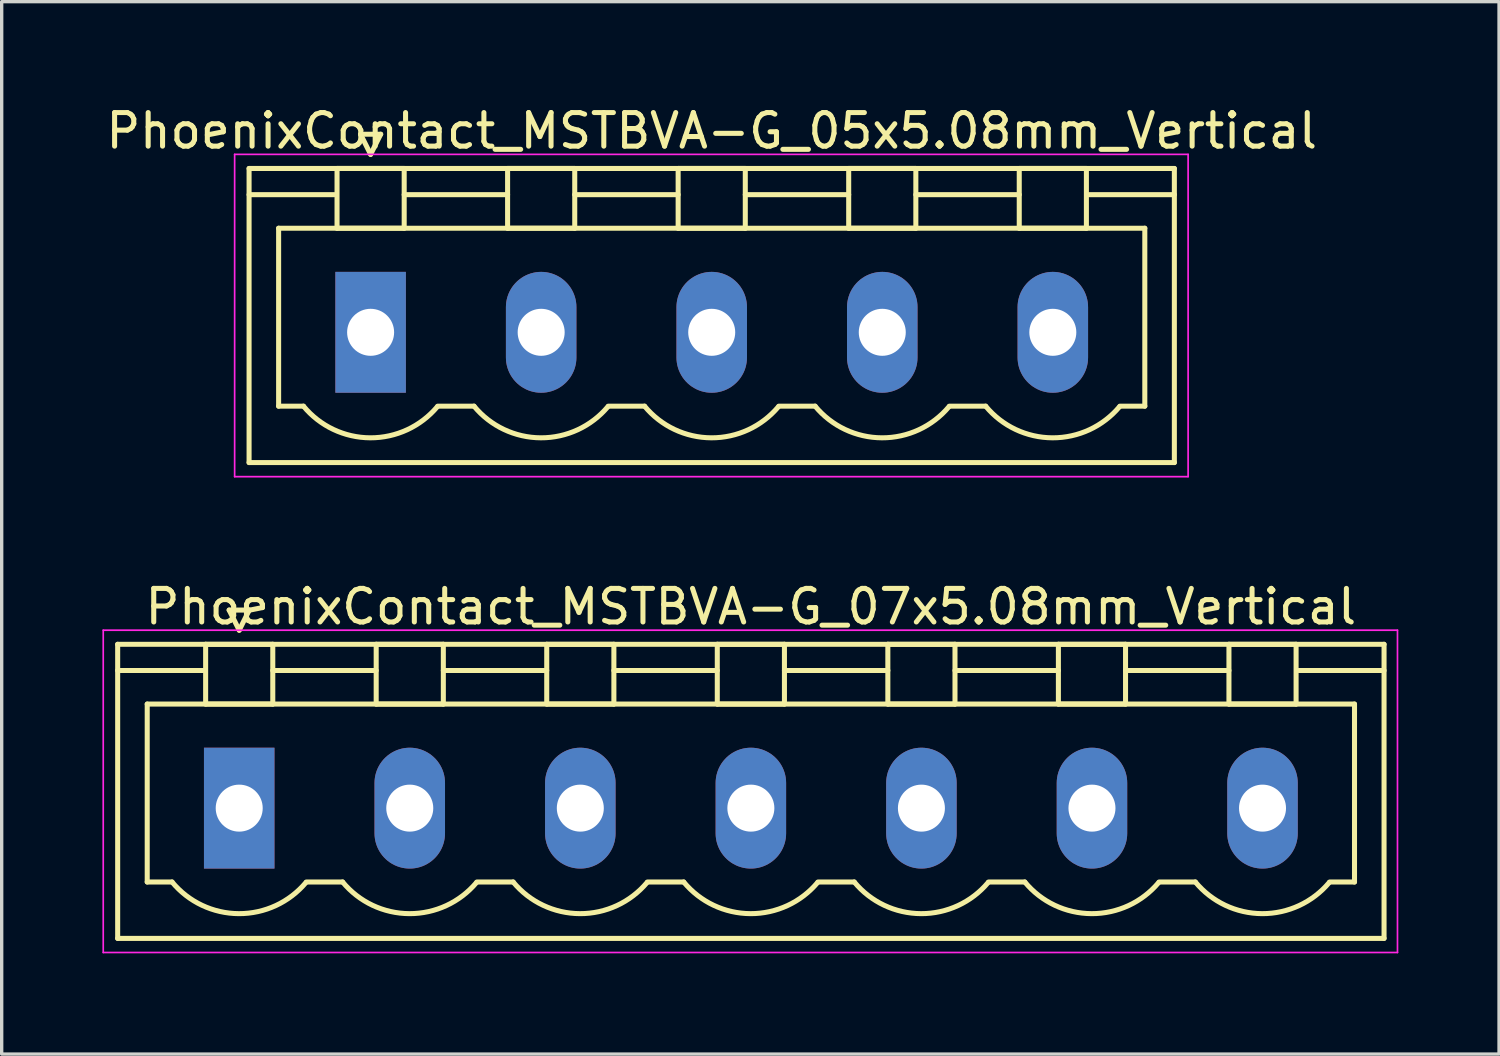
<source format=kicad_pcb>
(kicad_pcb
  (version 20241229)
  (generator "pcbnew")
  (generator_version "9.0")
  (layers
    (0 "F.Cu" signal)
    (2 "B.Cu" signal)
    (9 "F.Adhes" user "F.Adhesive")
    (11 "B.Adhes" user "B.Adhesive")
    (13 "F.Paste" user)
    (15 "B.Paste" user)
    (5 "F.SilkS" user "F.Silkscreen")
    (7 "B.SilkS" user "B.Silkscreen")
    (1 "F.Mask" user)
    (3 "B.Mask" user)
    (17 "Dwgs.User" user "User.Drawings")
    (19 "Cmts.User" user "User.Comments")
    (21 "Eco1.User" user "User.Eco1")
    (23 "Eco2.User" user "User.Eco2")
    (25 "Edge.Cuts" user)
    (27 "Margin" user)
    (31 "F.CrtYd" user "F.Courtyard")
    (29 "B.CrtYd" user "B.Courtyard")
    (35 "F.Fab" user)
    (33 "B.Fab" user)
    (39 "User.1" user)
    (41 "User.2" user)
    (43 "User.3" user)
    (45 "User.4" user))
  (footprint "PhoenixContact_MSTBVA-G_07x5.08mm_Vertical"
    (layer "F.Cu")
    (at 4.075 21.021)
    (property "Reference" "PhoenixContact_MSTBVA-G_07x5.08mm_Vertical" (at 15.24 -6 0) (layer "F.SilkS") (effects (font (size 1 1) (thickness 0.15))))
    (attr through_hole)
    (fp_line (start -3.62 -4.88) (end -3.62 3.88) (stroke (width 0.15) (type solid)) (layer "F.SilkS"))
    (fp_line (start -3.62 -4.1) (end -1.08 -4.1) (stroke (width 0.15) (type solid)) (layer "F.SilkS"))
    (fp_line (start -3.62 3.88) (end 34.1 3.88) (stroke (width 0.15) (type solid)) (layer "F.SilkS"))
    (fp_line (start -2.74 -3.1) (end 33.22 -3.1) (stroke (width 0.15) (type solid)) (layer "F.SilkS"))
    (fp_line (start -2.74 2.2) (end -2.74 -3.1) (stroke (width 0.15) (type solid)) (layer "F.SilkS"))
    (fp_line (start -2 2.2) (end -2.74 2.2) (stroke (width 0.15) (type solid)) (layer "F.SilkS"))
    (fp_line (start -1 -4.88) (end 1 -4.88) (stroke (width 0.15) (type solid)) (layer "F.SilkS"))
    (fp_line (start -1 -3.1) (end -1 -4.88) (stroke (width 0.15) (type solid)) (layer "F.SilkS"))
    (fp_line (start -0.3 -5.9) (end 0 -5.3) (stroke (width 0.15) (type solid)) (layer "F.SilkS"))
    (fp_line (start 0 -5.3) (end 0.3 -5.9) (stroke (width 0.15) (type solid)) (layer "F.SilkS"))
    (fp_line (start 0.3 -5.9) (end -0.3 -5.9) (stroke (width 0.15) (type solid)) (layer "F.SilkS"))
    (fp_line (start 1 -4.88) (end 1 -3.1) (stroke (width 0.15) (type solid)) (layer "F.SilkS"))
    (fp_line (start 1 -4.1) (end 4.08 -4.1) (stroke (width 0.15) (type solid)) (layer "F.SilkS"))
    (fp_line (start 1 -3.1) (end -1 -3.1) (stroke (width 0.15) (type solid)) (layer "F.SilkS"))
    (fp_line (start 2 2.2) (end 3.08 2.2) (stroke (width 0.15) (type solid)) (layer "F.SilkS"))
    (fp_line (start 4.08 -4.88) (end 6.08 -4.88) (stroke (width 0.15) (type solid)) (layer "F.SilkS"))
    (fp_line (start 4.08 -3.1) (end 4.08 -4.88) (stroke (width 0.15) (type solid)) (layer "F.SilkS"))
    (fp_line (start 6.08 -4.88) (end 6.08 -3.1) (stroke (width 0.15) (type solid)) (layer "F.SilkS"))
    (fp_line (start 6.08 -4.1) (end 9.16 -4.1) (stroke (width 0.15) (type solid)) (layer "F.SilkS"))
    (fp_line (start 6.08 -3.1) (end 4.08 -3.1) (stroke (width 0.15) (type solid)) (layer "F.SilkS"))
    (fp_line (start 7.08 2.2) (end 8.16 2.2) (stroke (width 0.15) (type solid)) (layer "F.SilkS"))
    (fp_line (start 9.16 -4.88) (end 11.16 -4.88) (stroke (width 0.15) (type solid)) (layer "F.SilkS"))
    (fp_line (start 9.16 -3.1) (end 9.16 -4.88) (stroke (width 0.15) (type solid)) (layer "F.SilkS"))
    (fp_line (start 11.16 -4.88) (end 11.16 -3.1) (stroke (width 0.15) (type solid)) (layer "F.SilkS"))
    (fp_line (start 11.16 -4.1) (end 14.24 -4.1) (stroke (width 0.15) (type solid)) (layer "F.SilkS"))
    (fp_line (start 11.16 -3.1) (end 9.16 -3.1) (stroke (width 0.15) (type solid)) (layer "F.SilkS"))
    (fp_line (start 12.16 2.2) (end 13.24 2.2) (stroke (width 0.15) (type solid)) (layer "F.SilkS"))
    (fp_line (start 14.24 -4.88) (end 16.24 -4.88) (stroke (width 0.15) (type solid)) (layer "F.SilkS"))
    (fp_line (start 14.24 -3.1) (end 14.24 -4.88) (stroke (width 0.15) (type solid)) (layer "F.SilkS"))
    (fp_line (start 16.24 -4.88) (end 16.24 -3.1) (stroke (width 0.15) (type solid)) (layer "F.SilkS"))
    (fp_line (start 16.24 -4.1) (end 19.32 -4.1) (stroke (width 0.15) (type solid)) (layer "F.SilkS"))
    (fp_line (start 16.24 -3.1) (end 14.24 -3.1) (stroke (width 0.15) (type solid)) (layer "F.SilkS"))
    (fp_line (start 17.24 2.2) (end 18.32 2.2) (stroke (width 0.15) (type solid)) (layer "F.SilkS"))
    (fp_line (start 19.32 -4.88) (end 21.32 -4.88) (stroke (width 0.15) (type solid)) (layer "F.SilkS"))
    (fp_line (start 19.32 -3.1) (end 19.32 -4.88) (stroke (width 0.15) (type solid)) (layer "F.SilkS"))
    (fp_line (start 21.32 -4.88) (end 21.32 -3.1) (stroke (width 0.15) (type solid)) (layer "F.SilkS"))
    (fp_line (start 21.32 -4.1) (end 24.4 -4.1) (stroke (width 0.15) (type solid)) (layer "F.SilkS"))
    (fp_line (start 21.32 -3.1) (end 19.32 -3.1) (stroke (width 0.15) (type solid)) (layer "F.SilkS"))
    (fp_line (start 22.32 2.2) (end 23.4 2.2) (stroke (width 0.15) (type solid)) (layer "F.SilkS"))
    (fp_line (start 24.4 -4.88) (end 26.4 -4.88) (stroke (width 0.15) (type solid)) (layer "F.SilkS"))
    (fp_line (start 24.4 -3.1) (end 24.4 -4.88) (stroke (width 0.15) (type solid)) (layer "F.SilkS"))
    (fp_line (start 26.4 -4.88) (end 26.4 -3.1) (stroke (width 0.15) (type solid)) (layer "F.SilkS"))
    (fp_line (start 26.4 -4.1) (end 29.48 -4.1) (stroke (width 0.15) (type solid)) (layer "F.SilkS"))
    (fp_line (start 26.4 -3.1) (end 24.4 -3.1) (stroke (width 0.15) (type solid)) (layer "F.SilkS"))
    (fp_line (start 27.4 2.2) (end 28.48 2.2) (stroke (width 0.15) (type solid)) (layer "F.SilkS"))
    (fp_line (start 29.48 -4.88) (end 31.48 -4.88) (stroke (width 0.15) (type solid)) (layer "F.SilkS"))
    (fp_line (start 29.48 -3.1) (end 29.48 -4.88) (stroke (width 0.15) (type solid)) (layer "F.SilkS"))
    (fp_line (start 31.48 -4.88) (end 31.48 -3.1) (stroke (width 0.15) (type solid)) (layer "F.SilkS"))
    (fp_line (start 31.48 -3.1) (end 29.48 -3.1) (stroke (width 0.15) (type solid)) (layer "F.SilkS"))
    (fp_line (start 33.22 -3.1) (end 33.22 2.2) (stroke (width 0.15) (type solid)) (layer "F.SilkS"))
    (fp_line (start 33.22 2.2) (end 32.48 2.2) (stroke (width 0.15) (type solid)) (layer "F.SilkS"))
    (fp_line (start 34.1 -4.88) (end -3.62 -4.88) (stroke (width 0.15) (type solid)) (layer "F.SilkS"))
    (fp_line (start 34.1 -4.1) (end 31.56 -4.1) (stroke (width 0.15) (type solid)) (layer "F.SilkS"))
    (fp_line (start 34.1 3.88) (end 34.1 -4.88) (stroke (width 0.15) (type solid)) (layer "F.SilkS"))
    (fp_arc (start 1.986842 2.215821) (mid -0.010289 3.142758) (end -2 2.2) (stroke (width 0.15) (type solid)) (layer "F.SilkS"))
    (fp_arc (start 7.066842 2.215821) (mid 5.069711 3.142758) (end 3.08 2.2) (stroke (width 0.15) (type solid)) (layer "F.SilkS"))
    (fp_arc (start 12.146842 2.215821) (mid 10.149711 3.142758) (end 8.16 2.2) (stroke (width 0.15) (type solid)) (layer "F.SilkS"))
    (fp_arc (start 17.226842 2.215821) (mid 15.229711 3.142758) (end 13.24 2.2) (stroke (width 0.15) (type solid)) (layer "F.SilkS"))
    (fp_arc (start 22.306842 2.215821) (mid 20.309711 3.142758) (end 18.32 2.2) (stroke (width 0.15) (type solid)) (layer "F.SilkS"))
    (fp_arc (start 27.386842 2.215821) (mid 25.389711 3.142758) (end 23.4 2.2) (stroke (width 0.15) (type solid)) (layer "F.SilkS"))
    (fp_arc (start 32.466842 2.215821) (mid 30.469711 3.142758) (end 28.48 2.2) (stroke (width 0.15) (type solid)) (layer "F.SilkS"))
    (fp_line (start -4.05 -5.3) (end -4.05 4.3) (stroke (width 0.05) (type solid)) (layer "F.CrtYd"))
    (fp_line (start -4.05 4.3) (end 34.5 4.3) (stroke (width 0.05) (type solid)) (layer "F.CrtYd"))
    (fp_line (start 34.5 -5.3) (end -4.05 -5.3) (stroke (width 0.05) (type solid)) (layer "F.CrtYd"))
    (fp_line (start 34.5 4.3) (end 34.5 -5.3) (stroke (width 0.05) (type solid)) (layer "F.CrtYd"))
    (pad "1" thru_hole rect (at 0 0) (size 2.1 3.6) (drill 1.4) (layers "*.Cu" "*.Mask"))
    (pad "2" thru_hole oval (at 5.08 0) (size 2.1 3.6) (drill 1.4) (layers "*.Cu" "*.Mask"))
    (pad "3" thru_hole oval (at 10.16 0) (size 2.1 3.6) (drill 1.4) (layers "*.Cu" "*.Mask"))
    (pad "4" thru_hole oval (at 15.24 0) (size 2.1 3.6) (drill 1.4) (layers "*.Cu" "*.Mask"))
    (pad "5" thru_hole oval (at 20.32 0) (size 2.1 3.6) (drill 1.4) (layers "*.Cu" "*.Mask"))
    (pad "6" thru_hole oval (at 25.4 0) (size 2.1 3.6) (drill 1.4) (layers "*.Cu" "*.Mask"))
    (pad "7" thru_hole oval (at 30.48 0) (size 2.1 3.6) (drill 1.4) (layers "*.Cu" "*.Mask")))
  (footprint "PhoenixContact_MSTBVA-G_05x5.08mm_Vertical"
    (layer "F.Cu")
    (at 7.989 6.848)
    (property "Reference" "PhoenixContact_MSTBVA-G_05x5.08mm_Vertical" (at 10.16 -6 0) (layer "F.SilkS") (effects (font (size 1 1) (thickness 0.15))))
    (attr through_hole)
    (fp_line (start -3.62 -4.88) (end -3.62 3.88) (stroke (width 0.15) (type solid)) (layer "F.SilkS"))
    (fp_line (start -3.62 -4.1) (end -1.08 -4.1) (stroke (width 0.15) (type solid)) (layer "F.SilkS"))
    (fp_line (start -3.62 3.88) (end 23.94 3.88) (stroke (width 0.15) (type solid)) (layer "F.SilkS"))
    (fp_line (start -2.74 -3.1) (end 23.06 -3.1) (stroke (width 0.15) (type solid)) (layer "F.SilkS"))
    (fp_line (start -2.74 2.2) (end -2.74 -3.1) (stroke (width 0.15) (type solid)) (layer "F.SilkS"))
    (fp_line (start -2 2.2) (end -2.74 2.2) (stroke (width 0.15) (type solid)) (layer "F.SilkS"))
    (fp_line (start -1 -4.88) (end 1 -4.88) (stroke (width 0.15) (type solid)) (layer "F.SilkS"))
    (fp_line (start -1 -3.1) (end -1 -4.88) (stroke (width 0.15) (type solid)) (layer "F.SilkS"))
    (fp_line (start -0.3 -5.9) (end 0 -5.3) (stroke (width 0.15) (type solid)) (layer "F.SilkS"))
    (fp_line (start 0 -5.3) (end 0.3 -5.9) (stroke (width 0.15) (type solid)) (layer "F.SilkS"))
    (fp_line (start 0.3 -5.9) (end -0.3 -5.9) (stroke (width 0.15) (type solid)) (layer "F.SilkS"))
    (fp_line (start 1 -4.88) (end 1 -3.1) (stroke (width 0.15) (type solid)) (layer "F.SilkS"))
    (fp_line (start 1 -4.1) (end 4.08 -4.1) (stroke (width 0.15) (type solid)) (layer "F.SilkS"))
    (fp_line (start 1 -3.1) (end -1 -3.1) (stroke (width 0.15) (type solid)) (layer "F.SilkS"))
    (fp_line (start 2 2.2) (end 3.08 2.2) (stroke (width 0.15) (type solid)) (layer "F.SilkS"))
    (fp_line (start 4.08 -4.88) (end 6.08 -4.88) (stroke (width 0.15) (type solid)) (layer "F.SilkS"))
    (fp_line (start 4.08 -3.1) (end 4.08 -4.88) (stroke (width 0.15) (type solid)) (layer "F.SilkS"))
    (fp_line (start 6.08 -4.88) (end 6.08 -3.1) (stroke (width 0.15) (type solid)) (layer "F.SilkS"))
    (fp_line (start 6.08 -4.1) (end 9.16 -4.1) (stroke (width 0.15) (type solid)) (layer "F.SilkS"))
    (fp_line (start 6.08 -3.1) (end 4.08 -3.1) (stroke (width 0.15) (type solid)) (layer "F.SilkS"))
    (fp_line (start 7.08 2.2) (end 8.16 2.2) (stroke (width 0.15) (type solid)) (layer "F.SilkS"))
    (fp_line (start 9.16 -4.88) (end 11.16 -4.88) (stroke (width 0.15) (type solid)) (layer "F.SilkS"))
    (fp_line (start 9.16 -3.1) (end 9.16 -4.88) (stroke (width 0.15) (type solid)) (layer "F.SilkS"))
    (fp_line (start 11.16 -4.88) (end 11.16 -3.1) (stroke (width 0.15) (type solid)) (layer "F.SilkS"))
    (fp_line (start 11.16 -4.1) (end 14.24 -4.1) (stroke (width 0.15) (type solid)) (layer "F.SilkS"))
    (fp_line (start 11.16 -3.1) (end 9.16 -3.1) (stroke (width 0.15) (type solid)) (layer "F.SilkS"))
    (fp_line (start 12.16 2.2) (end 13.24 2.2) (stroke (width 0.15) (type solid)) (layer "F.SilkS"))
    (fp_line (start 14.24 -4.88) (end 16.24 -4.88) (stroke (width 0.15) (type solid)) (layer "F.SilkS"))
    (fp_line (start 14.24 -3.1) (end 14.24 -4.88) (stroke (width 0.15) (type solid)) (layer "F.SilkS"))
    (fp_line (start 16.24 -4.88) (end 16.24 -3.1) (stroke (width 0.15) (type solid)) (layer "F.SilkS"))
    (fp_line (start 16.24 -4.1) (end 19.32 -4.1) (stroke (width 0.15) (type solid)) (layer "F.SilkS"))
    (fp_line (start 16.24 -3.1) (end 14.24 -3.1) (stroke (width 0.15) (type solid)) (layer "F.SilkS"))
    (fp_line (start 17.24 2.2) (end 18.32 2.2) (stroke (width 0.15) (type solid)) (layer "F.SilkS"))
    (fp_line (start 19.32 -4.88) (end 21.32 -4.88) (stroke (width 0.15) (type solid)) (layer "F.SilkS"))
    (fp_line (start 19.32 -3.1) (end 19.32 -4.88) (stroke (width 0.15) (type solid)) (layer "F.SilkS"))
    (fp_line (start 21.32 -4.88) (end 21.32 -3.1) (stroke (width 0.15) (type solid)) (layer "F.SilkS"))
    (fp_line (start 21.32 -3.1) (end 19.32 -3.1) (stroke (width 0.15) (type solid)) (layer "F.SilkS"))
    (fp_line (start 23.06 -3.1) (end 23.06 2.2) (stroke (width 0.15) (type solid)) (layer "F.SilkS"))
    (fp_line (start 23.06 2.2) (end 22.32 2.2) (stroke (width 0.15) (type solid)) (layer "F.SilkS"))
    (fp_line (start 23.94 -4.88) (end -3.62 -4.88) (stroke (width 0.15) (type solid)) (layer "F.SilkS"))
    (fp_line (start 23.94 -4.1) (end 21.4 -4.1) (stroke (width 0.15) (type solid)) (layer "F.SilkS"))
    (fp_line (start 23.94 3.88) (end 23.94 -4.88) (stroke (width 0.15) (type solid)) (layer "F.SilkS"))
    (fp_arc (start 1.986842 2.215821) (mid -0.010289 3.142758) (end -2 2.2) (stroke (width 0.15) (type solid)) (layer "F.SilkS"))
    (fp_arc (start 7.066842 2.215821) (mid 5.069711 3.142758) (end 3.08 2.2) (stroke (width 0.15) (type solid)) (layer "F.SilkS"))
    (fp_arc (start 12.146842 2.215821) (mid 10.149711 3.142758) (end 8.16 2.2) (stroke (width 0.15) (type solid)) (layer "F.SilkS"))
    (fp_arc (start 17.226842 2.215821) (mid 15.229711 3.142758) (end 13.24 2.2) (stroke (width 0.15) (type solid)) (layer "F.SilkS"))
    (fp_arc (start 22.306842 2.215821) (mid 20.309711 3.142758) (end 18.32 2.2) (stroke (width 0.15) (type solid)) (layer "F.SilkS"))
    (fp_line (start -4.05 -5.3) (end -4.05 4.3) (stroke (width 0.05) (type solid)) (layer "F.CrtYd"))
    (fp_line (start -4.05 4.3) (end 24.35 4.3) (stroke (width 0.05) (type solid)) (layer "F.CrtYd"))
    (fp_line (start 24.35 -5.3) (end -4.05 -5.3) (stroke (width 0.05) (type solid)) (layer "F.CrtYd"))
    (fp_line (start 24.35 4.3) (end 24.35 -5.3) (stroke (width 0.05) (type solid)) (layer "F.CrtYd"))
    (pad "1" thru_hole rect (at 0 0) (size 2.1 3.6) (drill 1.4) (layers "*.Cu" "*.Mask"))
    (pad "2" thru_hole oval (at 5.08 0) (size 2.1 3.6) (drill 1.4) (layers "*.Cu" "*.Mask"))
    (pad "3" thru_hole oval (at 10.16 0) (size 2.1 3.6) (drill 1.4) (layers "*.Cu" "*.Mask"))
    (pad "4" thru_hole oval (at 15.24 0) (size 2.1 3.6) (drill 1.4) (layers "*.Cu" "*.Mask"))
    (pad "5" thru_hole oval (at 20.32 0) (size 2.1 3.6) (drill 1.4) (layers "*.Cu" "*.Mask")))
  (gr_rect
    (start -3 -3)
    (end 41.6 28.346)
    (stroke (width 0.1) (type default))
    (fill no)
    (layer "Edge.Cuts")))
</source>
